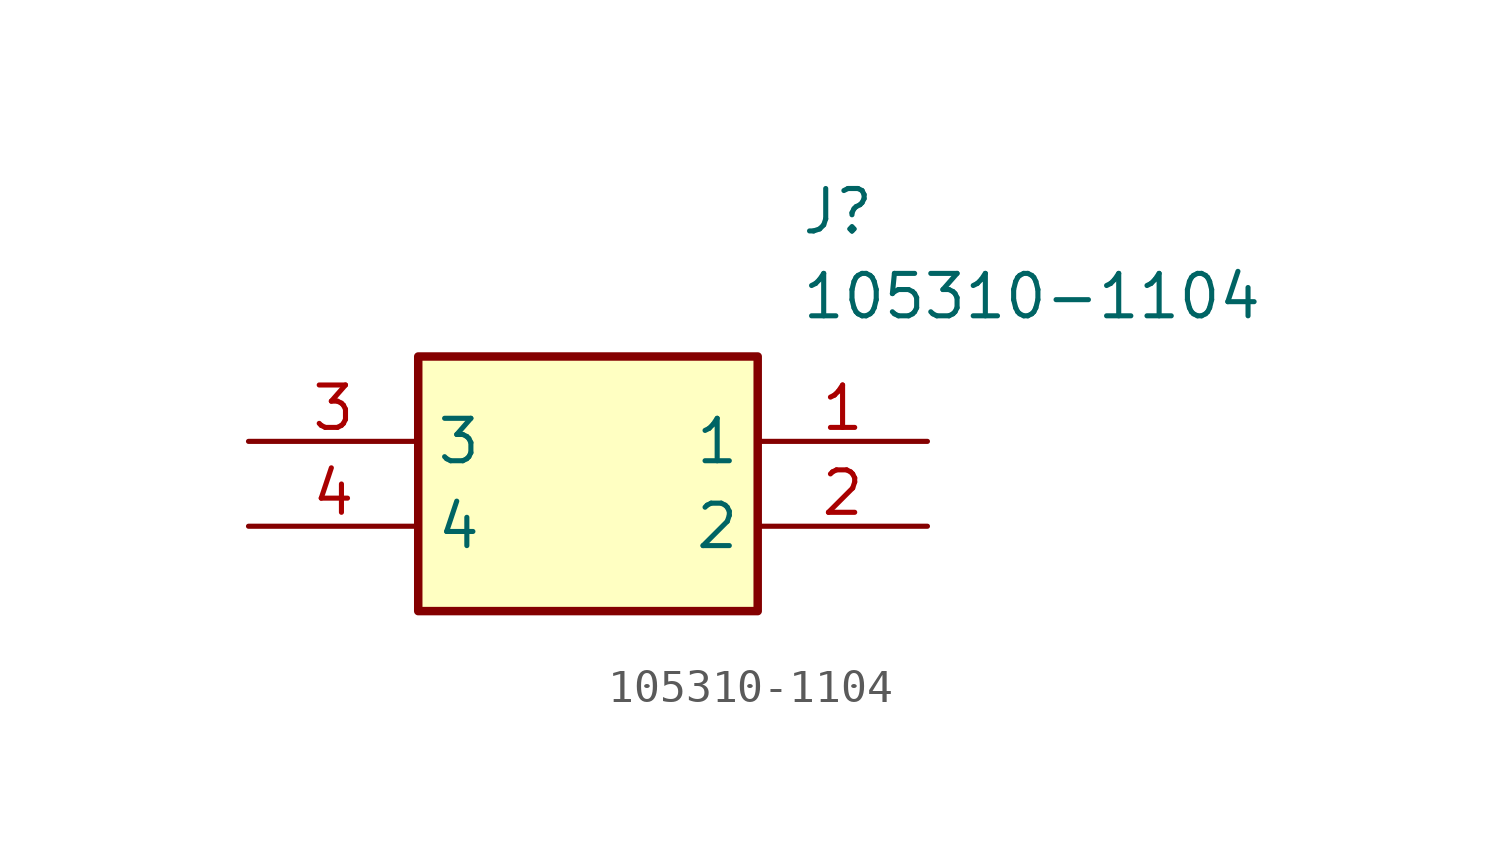
<source format=kicad_sym>
(kicad_symbol_lib
  (version 20211014)
  (generator SamacSys_ECAD_Model)
  (symbol "105310-1104"
    (property "Reference" "J"
      (at 16.51 7.62 0)
      (effects (font (size 1.27 1.27)) (justify left top)))
    (property "Value" "105310-1104"
      (at 16.51 5.08 0)
      (effects (font (size 1.27 1.27)) (justify left top)))
    (rectangle
      (start 5.08 2.54)
      (end 15.24 -5.08)
      (stroke (width 0.254) (type default))
      (fill (type background)))
    (pin passive line
      (at 20.32 0 180)
      (length 5.08)
      (name "1" (effects (font (size 1.27 1.27))))
      (number "1" (effects (font (size 1.27 1.27)))))
    (pin passive line
      (at 20.32 -2.54 180)
      (length 5.08)
      (name "2" (effects (font (size 1.27 1.27))))
      (number "2" (effects (font (size 1.27 1.27)))))
    (pin passive line
      (at 0 0 0)
      (length 5.08)
      (name "3" (effects (font (size 1.27 1.27))))
      (number "3" (effects (font (size 1.27 1.27)))))
    (pin passive line
      (at 0 -2.54 0)
      (length 5.08)
      (name "4" (effects (font (size 1.27 1.27))))
      (number "4" (effects (font (size 1.27 1.27)))))))
</source>
